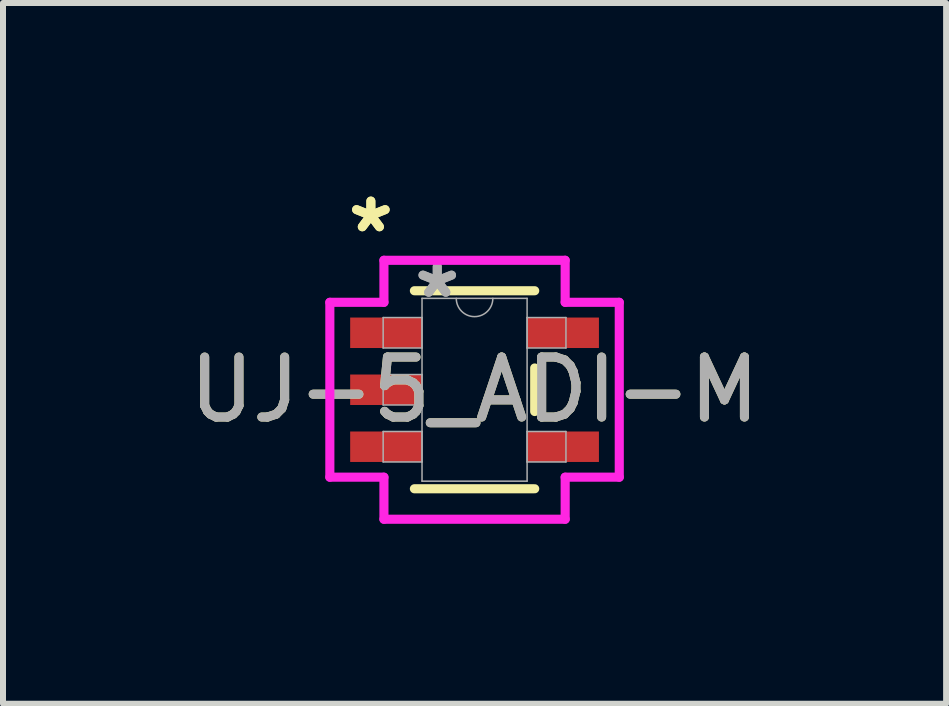
<source format=kicad_pcb>
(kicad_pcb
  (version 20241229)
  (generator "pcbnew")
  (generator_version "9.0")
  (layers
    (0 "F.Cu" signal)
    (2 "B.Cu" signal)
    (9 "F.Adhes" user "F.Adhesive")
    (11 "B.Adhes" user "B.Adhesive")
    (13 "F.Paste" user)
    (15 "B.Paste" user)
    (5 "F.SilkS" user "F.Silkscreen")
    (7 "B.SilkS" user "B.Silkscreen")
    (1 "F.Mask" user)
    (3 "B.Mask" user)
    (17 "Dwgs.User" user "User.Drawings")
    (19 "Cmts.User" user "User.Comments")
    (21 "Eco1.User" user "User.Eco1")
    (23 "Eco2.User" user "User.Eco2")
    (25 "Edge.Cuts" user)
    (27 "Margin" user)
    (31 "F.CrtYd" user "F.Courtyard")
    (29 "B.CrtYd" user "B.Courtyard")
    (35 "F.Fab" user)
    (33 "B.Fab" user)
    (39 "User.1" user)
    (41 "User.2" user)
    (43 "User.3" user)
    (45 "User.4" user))
  (footprint "UJ-5_ADI-M"
    (layer "F.Cu")
    (at 4.863 3.449)
    (property "Reference" "UJ-5_ADI-M" (at 0 0 0) (unlocked yes) (layer "F.SilkS") (effects (font (size 1 1) (thickness 0.15))))
    (attr smd)
    (fp_line (start -1.003 1.651) (end 1.003 1.651) (stroke (width 0.152) (type solid)) (layer "F.SilkS"))
    (fp_line (start 1.003 -1.651) (end -1.003 -1.651) (stroke (width 0.152) (type solid)) (layer "F.SilkS"))
    (fp_line (start 1.003 0.363) (end 1.003 -0.363) (stroke (width 0.152) (type solid)) (layer "F.SilkS"))
    (fp_line (start -2.413 -1.458) (end -1.511 -1.458) (stroke (width 0.152) (type solid)) (layer "F.CrtYd"))
    (fp_line (start -2.413 1.458) (end -2.413 -1.458) (stroke (width 0.152) (type solid)) (layer "F.CrtYd"))
    (fp_line (start -1.511 -2.159) (end 1.511 -2.159) (stroke (width 0.152) (type solid)) (layer "F.CrtYd"))
    (fp_line (start -1.511 -1.458) (end -1.511 -2.159) (stroke (width 0.152) (type solid)) (layer "F.CrtYd"))
    (fp_line (start -1.511 1.458) (end -2.413 1.458) (stroke (width 0.152) (type solid)) (layer "F.CrtYd"))
    (fp_line (start -1.511 2.159) (end -1.511 1.458) (stroke (width 0.152) (type solid)) (layer "F.CrtYd"))
    (fp_line (start 1.511 -2.159) (end 1.511 -1.458) (stroke (width 0.152) (type solid)) (layer "F.CrtYd"))
    (fp_line (start 1.511 -1.458) (end 2.413 -1.458) (stroke (width 0.152) (type solid)) (layer "F.CrtYd"))
    (fp_line (start 1.511 1.458) (end 1.511 2.159) (stroke (width 0.152) (type solid)) (layer "F.CrtYd"))
    (fp_line (start 1.511 2.159) (end -1.511 2.159) (stroke (width 0.152) (type solid)) (layer "F.CrtYd"))
    (fp_line (start 2.413 -1.458) (end 2.413 1.458) (stroke (width 0.152) (type solid)) (layer "F.CrtYd"))
    (fp_line (start 2.413 1.458) (end 1.511 1.458) (stroke (width 0.152) (type solid)) (layer "F.CrtYd"))
    (fp_line (start -1.524 -1.204) (end -1.524 -0.696) (stroke (width 0.025) (type solid)) (layer "F.Fab"))
    (fp_line (start -1.524 -0.696) (end -0.876 -0.696) (stroke (width 0.025) (type solid)) (layer "F.Fab"))
    (fp_line (start -1.524 -0.254) (end -1.524 0.254) (stroke (width 0.025) (type solid)) (layer "F.Fab"))
    (fp_line (start -1.524 0.254) (end -0.876 0.254) (stroke (width 0.025) (type solid)) (layer "F.Fab"))
    (fp_line (start -1.524 0.696) (end -1.524 1.204) (stroke (width 0.025) (type solid)) (layer "F.Fab"))
    (fp_line (start -1.524 1.204) (end -0.876 1.204) (stroke (width 0.025) (type solid)) (layer "F.Fab"))
    (fp_line (start -0.876 -1.524) (end -0.876 1.524) (stroke (width 0.025) (type solid)) (layer "F.Fab"))
    (fp_line (start -0.876 -1.204) (end -1.524 -1.204) (stroke (width 0.025) (type solid)) (layer "F.Fab"))
    (fp_line (start -0.876 -0.696) (end -0.876 -1.204) (stroke (width 0.025) (type solid)) (layer "F.Fab"))
    (fp_line (start -0.876 -0.254) (end -1.524 -0.254) (stroke (width 0.025) (type solid)) (layer "F.Fab"))
    (fp_line (start -0.876 0.254) (end -0.876 -0.254) (stroke (width 0.025) (type solid)) (layer "F.Fab"))
    (fp_line (start -0.876 0.696) (end -1.524 0.696) (stroke (width 0.025) (type solid)) (layer "F.Fab"))
    (fp_line (start -0.876 1.204) (end -0.876 0.696) (stroke (width 0.025) (type solid)) (layer "F.Fab"))
    (fp_line (start -0.876 1.524) (end 0.876 1.524) (stroke (width 0.025) (type solid)) (layer "F.Fab"))
    (fp_line (start 0.876 -1.524) (end -0.876 -1.524) (stroke (width 0.025) (type solid)) (layer "F.Fab"))
    (fp_line (start 0.876 -1.204) (end 0.876 -0.696) (stroke (width 0.025) (type solid)) (layer "F.Fab"))
    (fp_line (start 0.876 -0.696) (end 1.524 -0.696) (stroke (width 0.025) (type solid)) (layer "F.Fab"))
    (fp_line (start 0.876 0.696) (end 0.876 1.204) (stroke (width 0.025) (type solid)) (layer "F.Fab"))
    (fp_line (start 0.876 1.204) (end 1.524 1.204) (stroke (width 0.025) (type solid)) (layer "F.Fab"))
    (fp_line (start 0.876 1.524) (end 0.876 -1.524) (stroke (width 0.025) (type solid)) (layer "F.Fab"))
    (fp_line (start 1.524 -1.204) (end 0.876 -1.204) (stroke (width 0.025) (type solid)) (layer "F.Fab"))
    (fp_line (start 1.524 -0.696) (end 1.524 -1.204) (stroke (width 0.025) (type solid)) (layer "F.Fab"))
    (fp_line (start 1.524 0.696) (end 0.876 0.696) (stroke (width 0.025) (type solid)) (layer "F.Fab"))
    (fp_line (start 1.524 1.204) (end 1.524 0.696) (stroke (width 0.025) (type solid)) (layer "F.Fab"))
    (fp_arc (start 0.3048 -1.524) (mid 0 -1.2192) (end -0.3048 -1.524) (stroke (width 0.0254) (type solid)) (layer "F.Fab"))
    (fp_text user "*" (at -1.729 -2.601 0) (layer "F.SilkS") (effects (font (size 1 1) (thickness 0.15))))
    (fp_text user "*" (at -1.729 -2.601 0) (unlocked yes) (layer "F.SilkS") (effects (font (size 1 1) (thickness 0.15))))
    (fp_text user "*" (at -0.622 -1.509 0) (layer "F.Fab") (effects (font (size 1 1) (thickness 0.15))))
    (fp_text user "*" (at -0.622 -1.509 0) (unlocked yes) (layer "F.Fab") (effects (font (size 1 1) (thickness 0.15))))
    (fp_text user "${REFERENCE}" (at 0 0 0) (unlocked yes) (layer "F.Fab") (effects (font (size 1 1) (thickness 0.15))))
    (pad "1" smd rect (at -1.475 -0.95) (size 1.198 0.508) (layers "F.Cu" "F.Mask" "F.Paste"))
    (pad "2" smd rect (at -1.475 0) (size 1.198 0.508) (layers "F.Cu" "F.Mask" "F.Paste"))
    (pad "3" smd rect (at -1.475 0.95) (size 1.198 0.508) (layers "F.Cu" "F.Mask" "F.Paste"))
    (pad "4" smd rect (at 1.475 0.95) (size 1.198 0.508) (layers "F.Cu" "F.Mask" "F.Paste"))
    (pad "5" smd rect (at 1.475 -0.95) (size 1.198 0.508) (layers "F.Cu" "F.Mask" "F.Paste")))
  (gr_rect
    (start -3 -3)
    (end 12.726 8.684)
    (stroke (width 0.1) (type default))
    (fill no)
    (layer "Edge.Cuts")))
</source>
